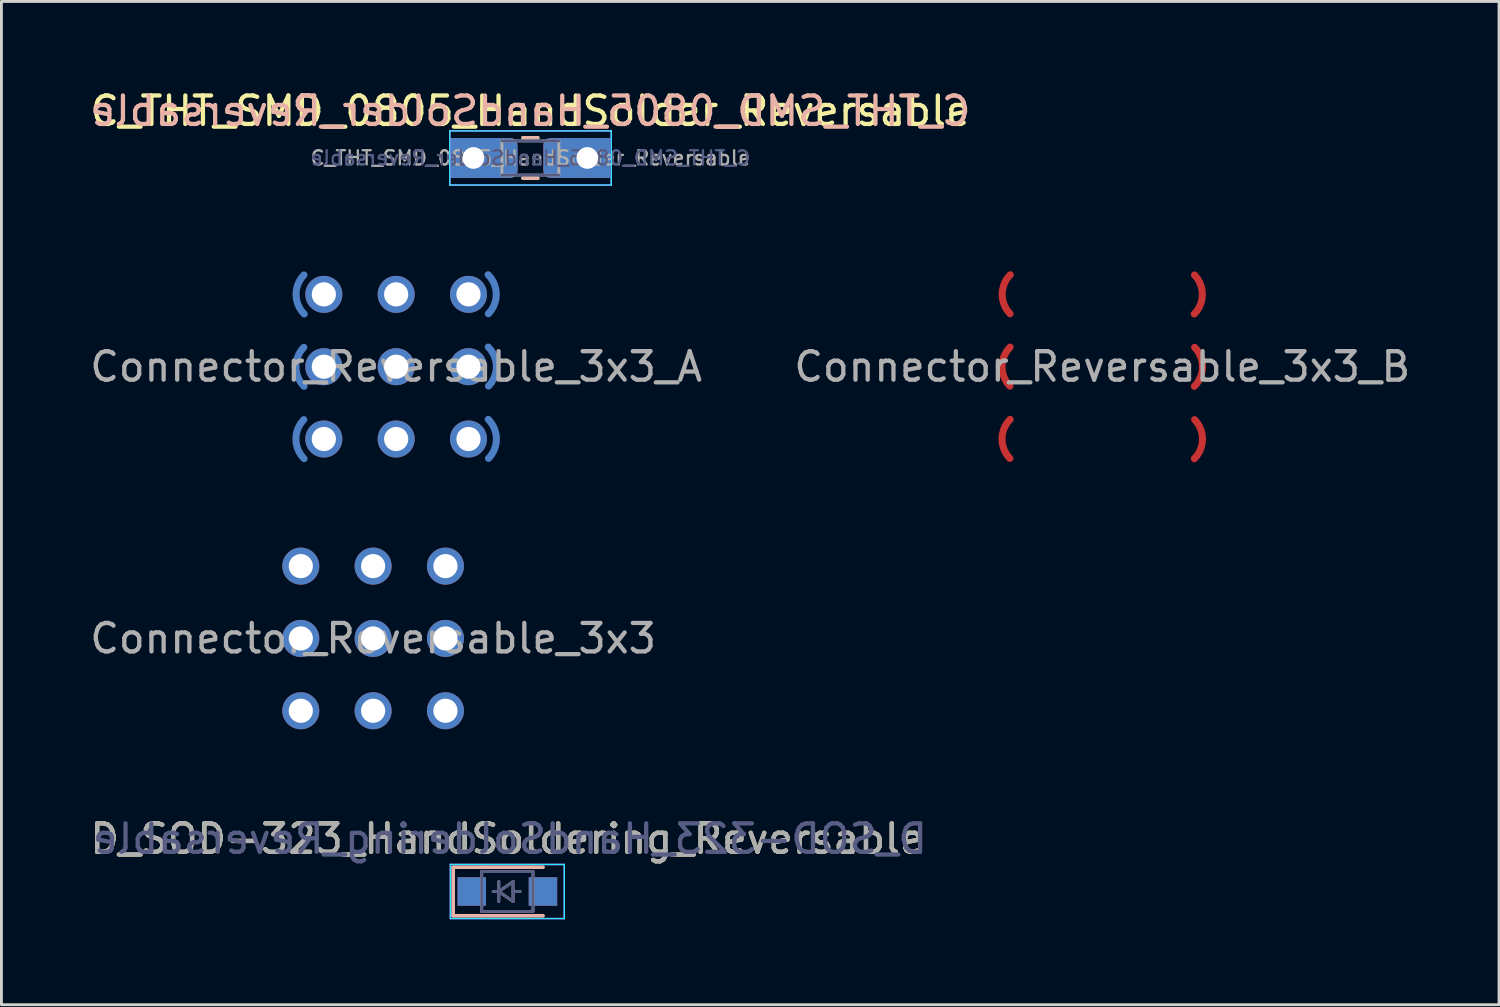
<source format=kicad_pcb>
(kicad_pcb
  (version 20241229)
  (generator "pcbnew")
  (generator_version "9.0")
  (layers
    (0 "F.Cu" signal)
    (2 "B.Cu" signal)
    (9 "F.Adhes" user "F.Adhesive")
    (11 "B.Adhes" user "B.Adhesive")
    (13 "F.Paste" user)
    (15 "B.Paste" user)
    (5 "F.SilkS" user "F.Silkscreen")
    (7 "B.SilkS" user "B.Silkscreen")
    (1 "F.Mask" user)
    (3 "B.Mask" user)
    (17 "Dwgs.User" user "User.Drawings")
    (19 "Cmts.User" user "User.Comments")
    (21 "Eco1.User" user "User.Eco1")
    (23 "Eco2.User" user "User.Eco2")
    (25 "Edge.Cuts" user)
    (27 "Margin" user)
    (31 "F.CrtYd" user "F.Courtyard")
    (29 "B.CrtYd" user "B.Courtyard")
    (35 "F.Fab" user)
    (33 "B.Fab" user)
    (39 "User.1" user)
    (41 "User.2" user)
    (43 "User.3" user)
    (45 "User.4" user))
  (footprint "Connector_Reversable_3x3_A"
    (layer "F.Cu")
    (at 10.863 9.828)
    (property "Reference" "Connector_Reversable_3x3_A" (at 0 0 0) (layer "F.Fab") (effects (font (size 1 1) (thickness 0.15))))
    (attr through_hole)
    (pad "" thru_hole circle (at -2.54 -2.54 180) (size 1.3 1.3) (drill 0.85) (layers "*.Cu" "*.Mask"))
    (pad "" thru_hole circle (at -2.54 0 180) (size 1.3 1.3) (drill 0.85) (layers "*.Cu" "*.Mask"))
    (pad "" thru_hole circle (at -2.54 2.54 180) (size 1.3 1.3) (drill 0.85) (layers "*.Cu" "*.Mask"))
    (pad "" thru_hole circle (at 2.54 -2.54 180) (size 1.3 1.3) (drill 0.85) (layers "*.Cu" "*.Mask"))
    (pad "" thru_hole circle (at 2.54 0 180) (size 1.3 1.3) (drill 0.85) (layers "*.Cu" "*.Mask"))
    (pad "" thru_hole circle (at 2.54 2.54 180) (size 1.3 1.3) (drill 0.85) (layers "*.Cu" "*.Mask"))
    (pad "1" smd custom (at -3.515 -2.54 180) (size 0.25 0.25) (layers "B.Cu" "B.Mask" "B.Paste") (options (anchor circle)) (primitives (gr_arc (start 0 0) (mid -0.071956 0.367607) (end -0.277202 0.680955) (width 0.25)) (gr_arc (start -0.285571 -0.689429) (mid -0.074543 -0.373899) (end -0.000002 -0.001696) (width 0.25))))
    (pad "2" thru_hole circle (at 0 -2.54 90) (size 1.3 1.3) (drill 0.85) (layers "*.Cu" "*.Mask"))
    (pad "3" smd custom (at 3.515 -2.54) (size 0.25 0.25) (layers "B.Cu" "B.Mask" "B.Paste") (options (anchor circle)) (primitives (gr_arc (start 0 0) (mid -0.071956 0.367607) (end -0.277201 0.680954) (width 0.25)) (gr_arc (start -0.285571 -0.689429) (mid -0.074543 -0.373899) (end -0.000002 -0.001696) (width 0.25))))
    (pad "4" smd custom (at -3.52 0 180) (size 0.25 0.25) (layers "B.Cu" "B.Mask" "B.Paste") (options (anchor circle)) (primitives (gr_arc (start 0 0) (mid -0.071956 0.367607) (end -0.277201 0.680954) (width 0.25)) (gr_arc (start -0.285571 -0.689429) (mid -0.074543 -0.373899) (end -0.000002 -0.001696) (width 0.25))))
    (pad "5" thru_hole circle (at 0 0 90) (size 1.3 1.3) (drill 0.85) (layers "*.Cu" "*.Mask"))
    (pad "6" smd custom (at 3.52 0) (size 0.25 0.25) (layers "B.Cu" "B.Mask" "B.Paste") (options (anchor circle)) (primitives (gr_arc (start 0 0) (mid -0.071956 0.367607) (end -0.277201 0.680954) (width 0.25)) (gr_arc (start -0.285571 -0.689429) (mid -0.074543 -0.373899) (end -0.000002 -0.001696) (width 0.25))))
    (pad "7" smd custom (at -3.52 2.54 180) (size 0.25 0.25) (layers "B.Cu" "B.Mask" "B.Paste") (options (anchor circle)) (primitives (gr_arc (start 0 0) (mid -0.071956 0.367607) (end -0.277201 0.680954) (width 0.25)) (gr_arc (start -0.285571 -0.689429) (mid -0.074543 -0.373899) (end -0.000002 -0.001696) (width 0.25))))
    (pad "8" thru_hole circle (at 0 2.54 90) (size 1.3 1.3) (drill 0.85) (layers "*.Cu" "*.Mask"))
    (pad "9" smd custom (at 3.52 2.54) (size 0.25 0.25) (layers "B.Cu" "B.Mask" "B.Paste") (options (anchor circle)) (primitives (gr_arc (start 0 0) (mid -0.071956 0.367607) (end -0.277201 0.680954) (width 0.25)) (gr_arc (start -0.285571 -0.689429) (mid -0.074543 -0.373899) (end -0.000002 -0.001696) (width 0.25)))))
  (footprint "Connector_Reversable_3x3_B"
    (layer "F.Cu")
    (at 35.661 9.828)
    (property "Reference" "Connector_Reversable_3x3_B" (at 0 0 0) (layer "F.Fab") (effects (font (size 1 1) (thickness 0.15))))
    (attr through_hole)
    (pad "1" smd custom (at 3.515 -2.54 180) (size 0.25 0.25) (layers "F.Cu" "F.Mask" "F.Paste") (options (anchor circle)) (primitives (gr_arc (start 0.277201 0.680954) (mid 0.071956 0.367607) (end 0 0) (width 0.25)) (gr_arc (start 0.000002 -0.001696) (mid 0.074543 -0.373899) (end 0.285571 -0.689429) (width 0.25))))
    (pad "3" smd custom (at -3.515 -2.54) (size 0.25 0.25) (layers "F.Cu" "F.Mask" "F.Paste") (options (anchor circle)) (primitives (gr_arc (start 0.277201 0.680954) (mid 0.071956 0.367607) (end 0 0) (width 0.25)) (gr_arc (start 0.000002 -0.001696) (mid 0.074543 -0.373899) (end 0.285571 -0.689429) (width 0.25))))
    (pad "4" smd custom (at 3.52 0 180) (size 0.25 0.25) (layers "F.Cu" "F.Mask" "F.Paste") (options (anchor circle)) (primitives (gr_arc (start 0.277201 0.680954) (mid 0.071956 0.367607) (end 0 0) (width 0.25)) (gr_arc (start 0.000002 -0.001696) (mid 0.074543 -0.373899) (end 0.285571 -0.689429) (width 0.25))))
    (pad "6" smd custom (at -3.52 0) (size 0.25 0.25) (layers "F.Cu" "F.Mask" "F.Paste") (options (anchor circle)) (primitives (gr_arc (start 0.277201 0.680954) (mid 0.071956 0.367607) (end 0 0) (width 0.25)) (gr_arc (start 0.000002 -0.001696) (mid 0.074543 -0.373899) (end 0.285571 -0.689429) (width 0.25))))
    (pad "7" smd custom (at 3.52 2.54 180) (size 0.25 0.25) (layers "F.Cu" "F.Mask" "F.Paste") (options (anchor circle)) (primitives (gr_arc (start 0.277201 0.680954) (mid 0.071956 0.367607) (end 0 0) (width 0.25)) (gr_arc (start 0.000002 -0.001696) (mid 0.074543 -0.373899) (end 0.285571 -0.689429) (width 0.25))))
    (pad "9" smd custom (at -3.52 2.54) (size 0.25 0.25) (layers "F.Cu" "F.Mask" "F.Paste") (options (anchor circle)) (primitives (gr_arc (start 0.277201 0.680954) (mid 0.071956 0.367607) (end 0 0) (width 0.25)) (gr_arc (start 0.000002 -0.001696) (mid 0.074543 -0.373899) (end 0.285571 -0.689429) (width 0.25)))))
  (footprint "C_THT_SMD_0805_HandSolder_Reversable"
    (layer "F.Cu")
    (at 15.577 2.498)
    (property "Reference" "C_THT_SMD_0805_HandSolder_Reversable" (at 0 -1.65 0) (layer "F.SilkS") (effects (font (size 1 1) (thickness 0.15))))
    (attr smd)
    (fp_line (start -0.261 -0.71) (end 0.261 -0.71) (stroke (width 0.12) (type solid)) (layer "F.SilkS"))
    (fp_line (start -0.261 0.71) (end 0.261 0.71) (stroke (width 0.12) (type solid)) (layer "F.SilkS"))
    (fp_line (start 0.261 -0.71) (end -0.261 -0.71) (stroke (width 0.12) (type solid)) (layer "B.SilkS"))
    (fp_line (start 0.261 0.71) (end -0.261 0.71) (stroke (width 0.12) (type solid)) (layer "B.SilkS"))
    (fp_line (start -2.83 -0.95) (end -2.83 0.95) (stroke (width 0.05) (type solid)) (layer "B.CrtYd"))
    (fp_line (start -2.83 0.95) (end 2.84 0.95) (stroke (width 0.05) (type solid)) (layer "B.CrtYd"))
    (fp_line (start 2.84 -0.95) (end -2.83 -0.95) (stroke (width 0.05) (type solid)) (layer "B.CrtYd"))
    (fp_line (start 2.84 0.95) (end 2.84 -0.95) (stroke (width 0.05) (type solid)) (layer "B.CrtYd"))
    (fp_line (start -2.83 -0.95) (end 2.84 -0.95) (stroke (width 0.05) (type solid)) (layer "F.CrtYd"))
    (fp_line (start -2.83 0.95) (end -2.83 -0.95) (stroke (width 0.05) (type solid)) (layer "F.CrtYd"))
    (fp_line (start 2.84 -0.95) (end 2.84 0.95) (stroke (width 0.05) (type solid)) (layer "F.CrtYd"))
    (fp_line (start 2.84 0.95) (end -2.83 0.95) (stroke (width 0.05) (type solid)) (layer "F.CrtYd"))
    (fp_line (start -1 0.6) (end 1 0.6) (stroke (width 0.1) (type solid)) (layer "B.Fab"))
    (fp_line (start 1 -0.6) (end -1 -0.6) (stroke (width 0.1) (type solid)) (layer "B.Fab"))
    (fp_line (start -1 -0.6) (end 1 -0.6) (stroke (width 0.1) (type solid)) (layer "F.Fab"))
    (fp_line (start -1 0.6) (end -1 -0.6) (stroke (width 0.1) (type solid)) (layer "F.Fab"))
    (fp_line (start 1 -0.6) (end 1 0.6) (stroke (width 0.1) (type solid)) (layer "F.Fab"))
    (fp_line (start 1 0.6) (end -1 0.6) (stroke (width 0.1) (type solid)) (layer "F.Fab"))
    (fp_text user "${REFERENCE}" (at 0 -1.65 0) (layer "B.SilkS") (effects (font (size 1 1) (thickness 0.15)) (justify mirror)))
    (fp_text user "${REFERENCE}" (at 0 0 0) (layer "B.Fab") (effects (font (size 0.5 0.5) (thickness 0.08)) (justify mirror)))
    (fp_text user "${REFERENCE}" (at 0 0 0) (layer "F.Fab") (effects (font (size 0.5 0.5) (thickness 0.08))))
    (pad "1" thru_hole rect (at -2 0) (size 1.6 1.4) (drill 0.762) (layers "*.Cu" "*.Mask"))
    (pad "1" smd roundrect (at -1.025 0) (size 1.15 1.4) (layers "F.Cu" "F.Mask" "F.Paste") (roundrect_rratio 0.217))
    (pad "1" smd roundrect (at -1.025 0) (size 1.15 1.4) (layers "B.Cu" "B.Mask" "B.Paste") (roundrect_rratio 0.217))
    (pad "2" smd roundrect (at 1.025 0) (size 1.15 1.4) (layers "F.Cu" "F.Mask" "F.Paste") (roundrect_rratio 0.217))
    (pad "2" smd roundrect (at 1.03 0) (size 1.15 1.4) (layers "B.Cu" "B.Mask" "B.Paste") (roundrect_rratio 0.217))
    (pad "2" thru_hole rect (at 2 0) (size 1.6 1.4) (drill 0.762) (layers "*.Cu" "*.Mask")))
  (footprint "D_SOD-323_HandSoldering_Reversable"
    (layer "F.Cu")
    (at 14.768 28.26)
    (property "Reference" "D_SOD-323_HandSoldering_Reversable" (at 0 -1.85 0) (layer "F.SilkS") (effects (font (size 1 1) (thickness 0.15))))
    (attr smd)
    (fp_line (start -1.9 -0.85) (end -1.9 0.85) (stroke (width 0.12) (type solid)) (layer "F.SilkS"))
    (fp_line (start -1.9 -0.85) (end 1.25 -0.85) (stroke (width 0.12) (type solid)) (layer "F.SilkS"))
    (fp_line (start -1.9 0.85) (end 1.25 0.85) (stroke (width 0.12) (type solid)) (layer "F.SilkS"))
    (fp_line (start -1.9 -0.85) (end 1.25 -0.85) (stroke (width 0.12) (type solid)) (layer "B.SilkS"))
    (fp_line (start -1.9 0.85) (end -1.9 -0.85) (stroke (width 0.12) (type solid)) (layer "B.SilkS"))
    (fp_line (start -1.9 0.85) (end 1.25 0.85) (stroke (width 0.12) (type solid)) (layer "B.SilkS"))
    (fp_line (start -2 -0.95) (end 2 -0.95) (stroke (width 0.05) (type solid)) (layer "B.CrtYd"))
    (fp_line (start -2 0.95) (end -2 -0.95) (stroke (width 0.05) (type solid)) (layer "B.CrtYd"))
    (fp_line (start -2 0.95) (end 2 0.95) (stroke (width 0.05) (type solid)) (layer "B.CrtYd"))
    (fp_line (start 2 0.95) (end 2 -0.95) (stroke (width 0.05) (type solid)) (layer "B.CrtYd"))
    (fp_line (start -2 -0.95) (end -2 0.95) (stroke (width 0.05) (type solid)) (layer "F.CrtYd"))
    (fp_line (start -2 -0.95) (end 2 -0.95) (stroke (width 0.05) (type solid)) (layer "F.CrtYd"))
    (fp_line (start -2 0.95) (end 2 0.95) (stroke (width 0.05) (type solid)) (layer "F.CrtYd"))
    (fp_line (start 2 -0.95) (end 2 0.95) (stroke (width 0.05) (type solid)) (layer "F.CrtYd"))
    (fp_line (start -0.9 -0.7) (end -0.9 0.7) (stroke (width 0.1) (type solid)) (layer "B.Fab"))
    (fp_line (start -0.9 0.7) (end 0.9 0.7) (stroke (width 0.1) (type solid)) (layer "B.Fab"))
    (fp_line (start -0.3 0) (end -0.5 0) (stroke (width 0.1) (type solid)) (layer "B.Fab"))
    (fp_line (start -0.3 0) (end 0.2 0.35) (stroke (width 0.1) (type solid)) (layer "B.Fab"))
    (fp_line (start -0.3 0.35) (end -0.3 -0.35) (stroke (width 0.1) (type solid)) (layer "B.Fab"))
    (fp_line (start 0.2 -0.35) (end -0.3 0) (stroke (width 0.1) (type solid)) (layer "B.Fab"))
    (fp_line (start 0.2 0) (end 0.45 0) (stroke (width 0.1) (type solid)) (layer "B.Fab"))
    (fp_line (start 0.2 0.35) (end 0.2 -0.35) (stroke (width 0.1) (type solid)) (layer "B.Fab"))
    (fp_line (start 0.9 -0.7) (end -0.9 -0.7) (stroke (width 0.1) (type solid)) (layer "B.Fab"))
    (fp_line (start 0.9 0.7) (end 0.9 -0.7) (stroke (width 0.1) (type solid)) (layer "B.Fab"))
    (fp_line (start -0.9 -0.7) (end 0.9 -0.7) (stroke (width 0.1) (type solid)) (layer "F.Fab"))
    (fp_line (start -0.9 0.7) (end -0.9 -0.7) (stroke (width 0.1) (type solid)) (layer "F.Fab"))
    (fp_line (start -0.3 -0.35) (end -0.3 0.35) (stroke (width 0.1) (type solid)) (layer "F.Fab"))
    (fp_line (start -0.3 0) (end -0.5 0) (stroke (width 0.1) (type solid)) (layer "F.Fab"))
    (fp_line (start -0.3 0) (end 0.2 -0.35) (stroke (width 0.1) (type solid)) (layer "F.Fab"))
    (fp_line (start 0.2 -0.35) (end 0.2 0.35) (stroke (width 0.1) (type solid)) (layer "F.Fab"))
    (fp_line (start 0.2 0) (end 0.45 0) (stroke (width 0.1) (type solid)) (layer "F.Fab"))
    (fp_line (start 0.2 0.35) (end -0.3 0) (stroke (width 0.1) (type solid)) (layer "F.Fab"))
    (fp_line (start 0.9 -0.7) (end 0.9 0.7) (stroke (width 0.1) (type solid)) (layer "F.Fab"))
    (fp_line (start 0.9 0.7) (end -0.9 0.7) (stroke (width 0.1) (type solid)) (layer "F.Fab"))
    (fp_text user "${REFERENCE}" (at 0.09 -1.85 0) (layer "B.Fab") (effects (font (size 1 1) (thickness 0.15)) (justify mirror)))
    (fp_text user "${REFERENCE}" (at 0 -1.85 0) (layer "F.Fab") (effects (font (size 1 1) (thickness 0.15))))
    (pad "1" smd rect (at -1.25 0) (size 1 1) (layers "F.Cu" "F.Mask" "F.Paste"))
    (pad "1" smd rect (at -1.25 0 180) (size 1 1) (layers "B.Cu" "B.Mask" "B.Paste"))
    (pad "2" smd rect (at 1.25 0) (size 1 1) (layers "F.Cu" "F.Mask" "F.Paste"))
    (pad "2" smd rect (at 1.25 0 180) (size 1 1) (layers "B.Cu" "B.Mask" "B.Paste")))
  (footprint "Connector_Reversable_3x3"
    (layer "F.Cu")
    (at 10.054 19.372)
    (property "Reference" "Connector_Reversable_3x3" (at 0 0 0) (layer "F.Fab") (effects (font (size 1 1) (thickness 0.15))))
    (attr through_hole)
    (pad "1" thru_hole circle (at -2.54 -2.54 180) (size 1.3 1.3) (drill 0.85) (layers "*.Cu" "*.Mask"))
    (pad "2" thru_hole circle (at 0 -2.54 90) (size 1.3 1.3) (drill 0.85) (layers "*.Cu" "*.Mask"))
    (pad "3" thru_hole circle (at 2.54 -2.54 180) (size 1.3 1.3) (drill 0.85) (layers "*.Cu" "*.Mask"))
    (pad "4" thru_hole circle (at -2.54 0 180) (size 1.3 1.3) (drill 0.85) (layers "*.Cu" "*.Mask"))
    (pad "5" thru_hole circle (at 0 0 90) (size 1.3 1.3) (drill 0.85) (layers "*.Cu" "*.Mask"))
    (pad "6" thru_hole circle (at 2.54 0 180) (size 1.3 1.3) (drill 0.85) (layers "*.Cu" "*.Mask"))
    (pad "7" thru_hole circle (at -2.54 2.54 180) (size 1.3 1.3) (drill 0.85) (layers "*.Cu" "*.Mask"))
    (pad "8" thru_hole circle (at 0 2.54 90) (size 1.3 1.3) (drill 0.85) (layers "*.Cu" "*.Mask"))
    (pad "9" thru_hole circle (at 2.54 2.54 180) (size 1.3 1.3) (drill 0.85) (layers "*.Cu" "*.Mask")))
  (gr_rect
    (start -3 -3)
    (end 49.595 32.235)
    (stroke (width 0.1) (type default))
    (fill no)
    (layer "Edge.Cuts")))
</source>
